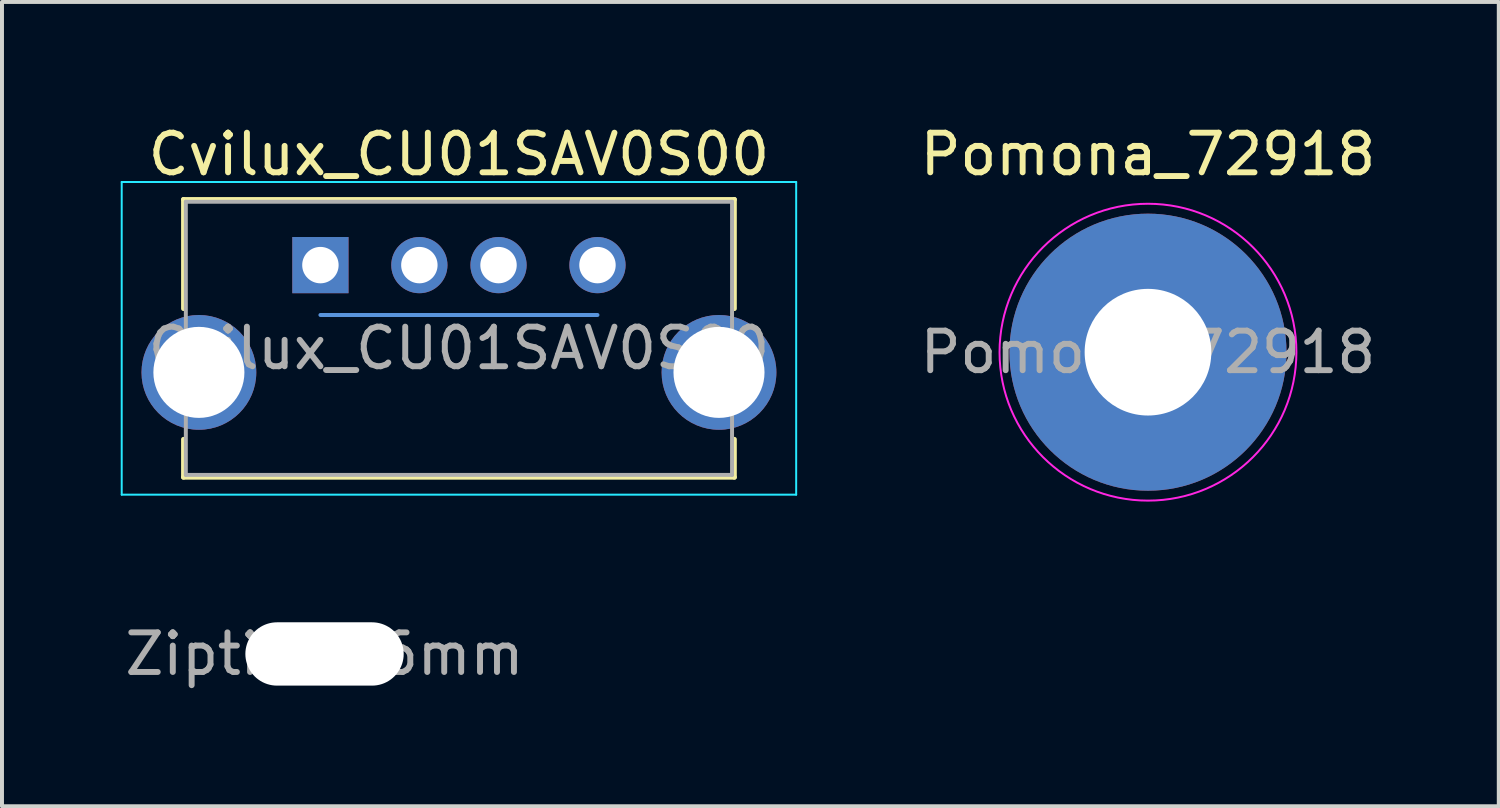
<source format=kicad_pcb>
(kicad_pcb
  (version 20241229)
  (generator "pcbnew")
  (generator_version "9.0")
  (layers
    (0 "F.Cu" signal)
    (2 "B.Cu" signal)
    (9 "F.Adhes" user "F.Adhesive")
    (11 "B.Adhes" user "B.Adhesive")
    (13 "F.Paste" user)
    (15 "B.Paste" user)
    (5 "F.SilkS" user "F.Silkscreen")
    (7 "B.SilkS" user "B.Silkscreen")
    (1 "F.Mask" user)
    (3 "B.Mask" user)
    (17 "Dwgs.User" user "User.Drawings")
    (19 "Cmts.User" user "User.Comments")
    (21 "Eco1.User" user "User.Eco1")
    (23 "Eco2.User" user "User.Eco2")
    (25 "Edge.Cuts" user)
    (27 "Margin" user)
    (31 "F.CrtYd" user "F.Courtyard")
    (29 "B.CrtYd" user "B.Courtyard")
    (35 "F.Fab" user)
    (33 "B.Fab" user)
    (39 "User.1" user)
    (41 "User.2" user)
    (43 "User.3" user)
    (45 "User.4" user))
  (footprint "Pomona_72918"
    (layer "F.Cu")
    (at 25.953 5.848)
    (property "Reference" "Pomona_72918" (at 0 -5 0) (unlocked yes) (layer "F.SilkS") (effects (font (size 1 1) (thickness 0.15))))
    (attr through_hole)
    (fp_circle (center 0 0) (end 3.75 0) (stroke (width 0.05) (type solid)) (fill no) (layer "F.CrtYd"))
    (fp_text user "${REFERENCE}" (at 0 0 0) (unlocked yes) (layer "F.Fab") (effects (font (size 1 1) (thickness 0.15))))
    (pad "1" thru_hole circle (at 0 0) (size 7 7) (drill 3.2) (layers "*.Cu" "*.Mask")))
  (footprint "Cvilux_CU01SAV0S00"
    (layer "F.Cu")
    (at 5.045 3.648)
    (property "Reference" "Cvilux_CU01SAV0S00" (at 3.5 -2.8 0) (unlocked yes) (layer "F.SilkS") (effects (font (size 1 1) (thickness 0.15))))
    (attr through_hole)
    (fp_line (start -3.46 -1.66) (end -3.46 1.1) (stroke (width 0.12) (type solid)) (layer "F.SilkS"))
    (fp_line (start -3.46 -1.66) (end 10.46 -1.66) (stroke (width 0.12) (type solid)) (layer "F.SilkS"))
    (fp_line (start -3.46 5.36) (end -3.46 4.4) (stroke (width 0.12) (type solid)) (layer "F.SilkS"))
    (fp_line (start -3.46 5.36) (end 10.46 5.36) (stroke (width 0.12) (type solid)) (layer "F.SilkS"))
    (fp_line (start 10.46 -1.66) (end 10.46 1.1) (stroke (width 0.12) (type solid)) (layer "F.SilkS"))
    (fp_line (start 10.46 5.36) (end 10.46 4.4) (stroke (width 0.12) (type solid)) (layer "F.SilkS"))
    (fp_line (start 0 1.26) (end 7 1.26) (stroke (width 0.1) (type solid)) (layer "Cmts.User"))
    (fp_line (start -5.02 -2.1) (end -5.02 5.8) (stroke (width 0.05) (type solid)) (layer "B.CrtYd"))
    (fp_line (start -5.02 5.8) (end 12.02 5.8) (stroke (width 0.05) (type solid)) (layer "B.CrtYd"))
    (fp_line (start 12.02 -2.1) (end -5.02 -2.1) (stroke (width 0.05) (type solid)) (layer "B.CrtYd"))
    (fp_line (start 12.02 -2.1) (end 12.02 5.8) (stroke (width 0.05) (type solid)) (layer "B.CrtYd"))
    (fp_line (start -3.4 -1.6) (end 10.4 -1.6) (stroke (width 0.1) (type solid)) (layer "F.Fab"))
    (fp_line (start -3.4 5.3) (end -3.4 -1.6) (stroke (width 0.1) (type solid)) (layer "F.Fab"))
    (fp_line (start -3.4 5.3) (end 10.4 5.3) (stroke (width 0.1) (type solid)) (layer "F.Fab"))
    (fp_line (start 10.4 -1.6) (end 10.4 5.3) (stroke (width 0.1) (type solid)) (layer "F.Fab"))
    (fp_text user "${REFERENCE}" (at 3.5 2.1 0) (unlocked yes) (layer "F.Fab") (effects (font (size 1 1) (thickness 0.15))))
    (pad "1" thru_hole rect (at 0 0) (size 1.42 1.42) (drill 0.92) (layers "*.Cu" "*.Mask"))
    (pad "2" thru_hole circle (at 2.5 0) (size 1.42 1.42) (drill 0.92) (layers "*.Cu" "*.Mask"))
    (pad "3" thru_hole circle (at 4.5 0) (size 1.42 1.42) (drill 0.92) (layers "*.Cu" "*.Mask"))
    (pad "4" thru_hole circle (at 7 0) (size 1.42 1.42) (drill 0.92) (layers "*.Cu" "*.Mask"))
    (pad "5" thru_hole circle (at -3.07 2.71) (size 2.9 2.9) (drill 2.3) (layers "*.Cu" "*.Mask"))
    (pad "5" thru_hole circle (at 10.07 2.71) (size 2.9 2.9) (drill 2.3) (layers "*.Cu" "*.Mask")))
  (footprint "Ziptie_3.6mm"
    (layer "F.Cu")
    (at 5.149 13.472)
    (property "Reference" "Ziptie_3.6mm" (at 0 0 0) (unlocked yes) (layer "F.Fab") (effects (font (size 1 1) (thickness 0.15))))
    (attr through_hole)
    (pad "" np_thru_hole oval (at 0 0) (size 4 1.6) (drill oval 4 1.6) (layers "*.Cu" "*.Mask")))
  (gr_rect
    (start -3 -3)
    (end 34.816 17.32)
    (stroke (width 0.1) (type default))
    (fill no)
    (layer "Edge.Cuts")))
</source>
